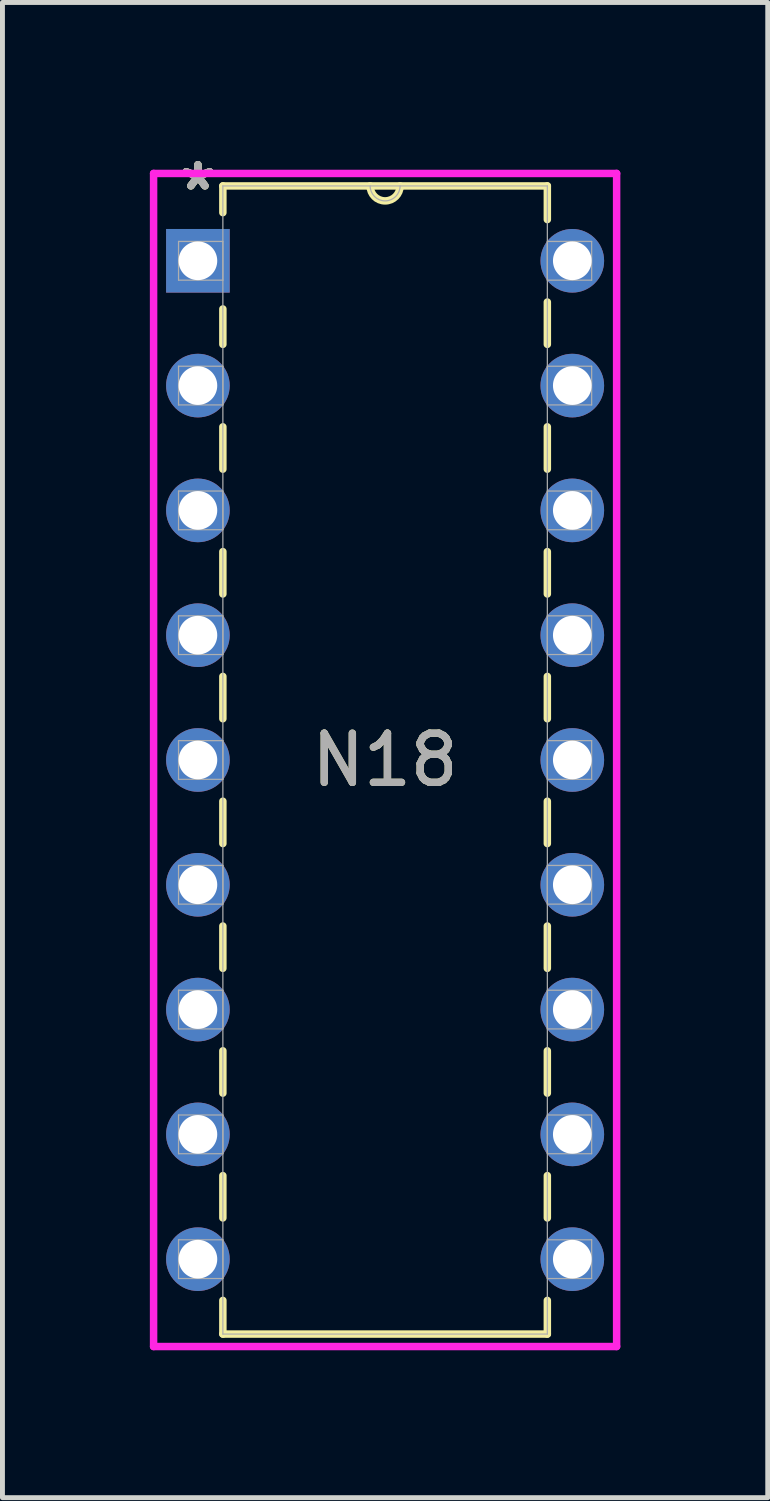
<source format=kicad_pcb>
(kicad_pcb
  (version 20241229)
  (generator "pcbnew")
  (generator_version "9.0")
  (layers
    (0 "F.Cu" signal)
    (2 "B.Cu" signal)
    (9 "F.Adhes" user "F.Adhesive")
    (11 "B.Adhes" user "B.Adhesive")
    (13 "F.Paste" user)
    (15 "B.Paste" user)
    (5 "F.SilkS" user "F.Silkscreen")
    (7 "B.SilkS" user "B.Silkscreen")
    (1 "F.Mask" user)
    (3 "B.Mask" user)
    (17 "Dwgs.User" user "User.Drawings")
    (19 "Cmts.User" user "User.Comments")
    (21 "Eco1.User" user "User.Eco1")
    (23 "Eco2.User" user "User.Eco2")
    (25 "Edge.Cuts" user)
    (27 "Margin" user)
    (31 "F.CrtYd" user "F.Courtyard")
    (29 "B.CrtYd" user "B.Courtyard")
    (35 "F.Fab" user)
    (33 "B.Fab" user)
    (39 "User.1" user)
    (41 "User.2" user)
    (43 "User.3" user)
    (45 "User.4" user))
  (footprint "N18"
    (layer "F.Cu")
    (at 8.598 22.578)
    (property "Reference" "N18" (at -3.81 -10.16 0) (unlocked yes) (layer "F.SilkS") (effects (font (size 1 1) (thickness 0.15))))
    (attr through_hole)
    (fp_line (start -7.112 -21.844) (end -7.112 -21.3) (stroke (width 0.152) (type solid)) (layer "F.SilkS"))
    (fp_line (start -7.112 -19.34) (end -7.112 -18.619) (stroke (width 0.152) (type solid)) (layer "F.SilkS"))
    (fp_line (start -7.112 -16.941) (end -7.112 -16.079) (stroke (width 0.152) (type solid)) (layer "F.SilkS"))
    (fp_line (start -7.112 -14.401) (end -7.112 -13.539) (stroke (width 0.152) (type solid)) (layer "F.SilkS"))
    (fp_line (start -7.112 -11.861) (end -7.112 -10.999) (stroke (width 0.152) (type solid)) (layer "F.SilkS"))
    (fp_line (start -7.112 -9.321) (end -7.112 -8.459) (stroke (width 0.152) (type solid)) (layer "F.SilkS"))
    (fp_line (start -7.112 -6.781) (end -7.112 -5.919) (stroke (width 0.152) (type solid)) (layer "F.SilkS"))
    (fp_line (start -7.112 -4.241) (end -7.112 -3.379) (stroke (width 0.152) (type solid)) (layer "F.SilkS"))
    (fp_line (start -7.112 -1.701) (end -7.112 -0.839) (stroke (width 0.152) (type solid)) (layer "F.SilkS"))
    (fp_line (start -7.112 0.839) (end -7.112 1.524) (stroke (width 0.152) (type solid)) (layer "F.SilkS"))
    (fp_line (start -7.112 1.524) (end -0.508 1.524) (stroke (width 0.152) (type solid)) (layer "F.SilkS"))
    (fp_line (start -0.508 -21.844) (end -7.112 -21.844) (stroke (width 0.152) (type solid)) (layer "F.SilkS"))
    (fp_line (start -0.508 -21.159) (end -0.508 -21.844) (stroke (width 0.152) (type solid)) (layer "F.SilkS"))
    (fp_line (start -0.508 -18.619) (end -0.508 -19.481) (stroke (width 0.152) (type solid)) (layer "F.SilkS"))
    (fp_line (start -0.508 -16.079) (end -0.508 -16.941) (stroke (width 0.152) (type solid)) (layer "F.SilkS"))
    (fp_line (start -0.508 -13.539) (end -0.508 -14.401) (stroke (width 0.152) (type solid)) (layer "F.SilkS"))
    (fp_line (start -0.508 -10.999) (end -0.508 -11.861) (stroke (width 0.152) (type solid)) (layer "F.SilkS"))
    (fp_line (start -0.508 -8.459) (end -0.508 -9.321) (stroke (width 0.152) (type solid)) (layer "F.SilkS"))
    (fp_line (start -0.508 -5.919) (end -0.508 -6.781) (stroke (width 0.152) (type solid)) (layer "F.SilkS"))
    (fp_line (start -0.508 -3.379) (end -0.508 -4.241) (stroke (width 0.152) (type solid)) (layer "F.SilkS"))
    (fp_line (start -0.508 -0.839) (end -0.508 -1.701) (stroke (width 0.152) (type solid)) (layer "F.SilkS"))
    (fp_line (start -0.508 1.524) (end -0.508 0.839) (stroke (width 0.152) (type solid)) (layer "F.SilkS"))
    (fp_arc (start -3.5052 -21.844) (mid -3.81 -21.5392) (end -4.1148 -21.844) (stroke (width 0.1524) (type solid)) (layer "F.SilkS"))
    (fp_line (start -8.522 -22.098) (end -8.522 1.778) (stroke (width 0.152) (type solid)) (layer "F.CrtYd"))
    (fp_line (start -8.522 1.778) (end 0.902 1.778) (stroke (width 0.152) (type solid)) (layer "F.CrtYd"))
    (fp_line (start 0.902 -22.098) (end -8.522 -22.098) (stroke (width 0.152) (type solid)) (layer "F.CrtYd"))
    (fp_line (start 0.902 1.778) (end 0.902 -22.098) (stroke (width 0.152) (type solid)) (layer "F.CrtYd"))
    (fp_line (start -8.014 -20.714) (end -8.014 -19.926) (stroke (width 0.025) (type solid)) (layer "F.Fab"))
    (fp_line (start -8.014 -19.926) (end -7.112 -19.926) (stroke (width 0.025) (type solid)) (layer "F.Fab"))
    (fp_line (start -8.014 -18.174) (end -8.014 -17.386) (stroke (width 0.025) (type solid)) (layer "F.Fab"))
    (fp_line (start -8.014 -17.386) (end -7.112 -17.386) (stroke (width 0.025) (type solid)) (layer "F.Fab"))
    (fp_line (start -8.014 -15.634) (end -8.014 -14.846) (stroke (width 0.025) (type solid)) (layer "F.Fab"))
    (fp_line (start -8.014 -14.846) (end -7.112 -14.846) (stroke (width 0.025) (type solid)) (layer "F.Fab"))
    (fp_line (start -8.014 -13.094) (end -8.014 -12.306) (stroke (width 0.025) (type solid)) (layer "F.Fab"))
    (fp_line (start -8.014 -12.306) (end -7.112 -12.306) (stroke (width 0.025) (type solid)) (layer "F.Fab"))
    (fp_line (start -8.014 -10.554) (end -8.014 -9.766) (stroke (width 0.025) (type solid)) (layer "F.Fab"))
    (fp_line (start -8.014 -9.766) (end -7.112 -9.766) (stroke (width 0.025) (type solid)) (layer "F.Fab"))
    (fp_line (start -8.014 -8.014) (end -8.014 -7.226) (stroke (width 0.025) (type solid)) (layer "F.Fab"))
    (fp_line (start -8.014 -7.226) (end -7.112 -7.226) (stroke (width 0.025) (type solid)) (layer "F.Fab"))
    (fp_line (start -8.014 -5.474) (end -8.014 -4.686) (stroke (width 0.025) (type solid)) (layer "F.Fab"))
    (fp_line (start -8.014 -4.686) (end -7.112 -4.686) (stroke (width 0.025) (type solid)) (layer "F.Fab"))
    (fp_line (start -8.014 -2.934) (end -8.014 -2.146) (stroke (width 0.025) (type solid)) (layer "F.Fab"))
    (fp_line (start -8.014 -2.146) (end -7.112 -2.146) (stroke (width 0.025) (type solid)) (layer "F.Fab"))
    (fp_line (start -8.014 -0.394) (end -8.014 0.394) (stroke (width 0.025) (type solid)) (layer "F.Fab"))
    (fp_line (start -8.014 0.394) (end -7.112 0.394) (stroke (width 0.025) (type solid)) (layer "F.Fab"))
    (fp_line (start -7.112 -21.844) (end -7.112 1.524) (stroke (width 0.025) (type solid)) (layer "F.Fab"))
    (fp_line (start -7.112 -20.714) (end -8.014 -20.714) (stroke (width 0.025) (type solid)) (layer "F.Fab"))
    (fp_line (start -7.112 -19.926) (end -7.112 -20.714) (stroke (width 0.025) (type solid)) (layer "F.Fab"))
    (fp_line (start -7.112 -18.174) (end -8.014 -18.174) (stroke (width 0.025) (type solid)) (layer "F.Fab"))
    (fp_line (start -7.112 -17.386) (end -7.112 -18.174) (stroke (width 0.025) (type solid)) (layer "F.Fab"))
    (fp_line (start -7.112 -15.634) (end -8.014 -15.634) (stroke (width 0.025) (type solid)) (layer "F.Fab"))
    (fp_line (start -7.112 -14.846) (end -7.112 -15.634) (stroke (width 0.025) (type solid)) (layer "F.Fab"))
    (fp_line (start -7.112 -13.094) (end -8.014 -13.094) (stroke (width 0.025) (type solid)) (layer "F.Fab"))
    (fp_line (start -7.112 -12.306) (end -7.112 -13.094) (stroke (width 0.025) (type solid)) (layer "F.Fab"))
    (fp_line (start -7.112 -10.554) (end -8.014 -10.554) (stroke (width 0.025) (type solid)) (layer "F.Fab"))
    (fp_line (start -7.112 -9.766) (end -7.112 -10.554) (stroke (width 0.025) (type solid)) (layer "F.Fab"))
    (fp_line (start -7.112 -8.014) (end -8.014 -8.014) (stroke (width 0.025) (type solid)) (layer "F.Fab"))
    (fp_line (start -7.112 -7.226) (end -7.112 -8.014) (stroke (width 0.025) (type solid)) (layer "F.Fab"))
    (fp_line (start -7.112 -5.474) (end -8.014 -5.474) (stroke (width 0.025) (type solid)) (layer "F.Fab"))
    (fp_line (start -7.112 -4.686) (end -7.112 -5.474) (stroke (width 0.025) (type solid)) (layer "F.Fab"))
    (fp_line (start -7.112 -2.934) (end -8.014 -2.934) (stroke (width 0.025) (type solid)) (layer "F.Fab"))
    (fp_line (start -7.112 -2.146) (end -7.112 -2.934) (stroke (width 0.025) (type solid)) (layer "F.Fab"))
    (fp_line (start -7.112 -0.394) (end -8.014 -0.394) (stroke (width 0.025) (type solid)) (layer "F.Fab"))
    (fp_line (start -7.112 0.394) (end -7.112 -0.394) (stroke (width 0.025) (type solid)) (layer "F.Fab"))
    (fp_line (start -7.112 1.524) (end -0.508 1.524) (stroke (width 0.025) (type solid)) (layer "F.Fab"))
    (fp_line (start -0.508 -21.844) (end -7.112 -21.844) (stroke (width 0.025) (type solid)) (layer "F.Fab"))
    (fp_line (start -0.508 -20.714) (end -0.508 -19.926) (stroke (width 0.025) (type solid)) (layer "F.Fab"))
    (fp_line (start -0.508 -19.926) (end 0.394 -19.926) (stroke (width 0.025) (type solid)) (layer "F.Fab"))
    (fp_line (start -0.508 -18.174) (end -0.508 -17.386) (stroke (width 0.025) (type solid)) (layer "F.Fab"))
    (fp_line (start -0.508 -17.386) (end 0.394 -17.386) (stroke (width 0.025) (type solid)) (layer "F.Fab"))
    (fp_line (start -0.508 -15.634) (end -0.508 -14.846) (stroke (width 0.025) (type solid)) (layer "F.Fab"))
    (fp_line (start -0.508 -14.846) (end 0.394 -14.846) (stroke (width 0.025) (type solid)) (layer "F.Fab"))
    (fp_line (start -0.508 -13.094) (end -0.508 -12.306) (stroke (width 0.025) (type solid)) (layer "F.Fab"))
    (fp_line (start -0.508 -12.306) (end 0.394 -12.306) (stroke (width 0.025) (type solid)) (layer "F.Fab"))
    (fp_line (start -0.508 -10.554) (end -0.508 -9.766) (stroke (width 0.025) (type solid)) (layer "F.Fab"))
    (fp_line (start -0.508 -9.766) (end 0.394 -9.766) (stroke (width 0.025) (type solid)) (layer "F.Fab"))
    (fp_line (start -0.508 -8.014) (end -0.508 -7.226) (stroke (width 0.025) (type solid)) (layer "F.Fab"))
    (fp_line (start -0.508 -7.226) (end 0.394 -7.226) (stroke (width 0.025) (type solid)) (layer "F.Fab"))
    (fp_line (start -0.508 -5.474) (end -0.508 -4.686) (stroke (width 0.025) (type solid)) (layer "F.Fab"))
    (fp_line (start -0.508 -4.686) (end 0.394 -4.686) (stroke (width 0.025) (type solid)) (layer "F.Fab"))
    (fp_line (start -0.508 -2.934) (end -0.508 -2.146) (stroke (width 0.025) (type solid)) (layer "F.Fab"))
    (fp_line (start -0.508 -2.146) (end 0.394 -2.146) (stroke (width 0.025) (type solid)) (layer "F.Fab"))
    (fp_line (start -0.508 -0.394) (end -0.508 0.394) (stroke (width 0.025) (type solid)) (layer "F.Fab"))
    (fp_line (start -0.508 0.394) (end 0.394 0.394) (stroke (width 0.025) (type solid)) (layer "F.Fab"))
    (fp_line (start -0.508 1.524) (end -0.508 -21.844) (stroke (width 0.025) (type solid)) (layer "F.Fab"))
    (fp_line (start 0.394 -20.714) (end -0.508 -20.714) (stroke (width 0.025) (type solid)) (layer "F.Fab"))
    (fp_line (start 0.394 -19.926) (end 0.394 -20.714) (stroke (width 0.025) (type solid)) (layer "F.Fab"))
    (fp_line (start 0.394 -18.174) (end -0.508 -18.174) (stroke (width 0.025) (type solid)) (layer "F.Fab"))
    (fp_line (start 0.394 -17.386) (end 0.394 -18.174) (stroke (width 0.025) (type solid)) (layer "F.Fab"))
    (fp_line (start 0.394 -15.634) (end -0.508 -15.634) (stroke (width 0.025) (type solid)) (layer "F.Fab"))
    (fp_line (start 0.394 -14.846) (end 0.394 -15.634) (stroke (width 0.025) (type solid)) (layer "F.Fab"))
    (fp_line (start 0.394 -13.094) (end -0.508 -13.094) (stroke (width 0.025) (type solid)) (layer "F.Fab"))
    (fp_line (start 0.394 -12.306) (end 0.394 -13.094) (stroke (width 0.025) (type solid)) (layer "F.Fab"))
    (fp_line (start 0.394 -10.554) (end -0.508 -10.554) (stroke (width 0.025) (type solid)) (layer "F.Fab"))
    (fp_line (start 0.394 -9.766) (end 0.394 -10.554) (stroke (width 0.025) (type solid)) (layer "F.Fab"))
    (fp_line (start 0.394 -8.014) (end -0.508 -8.014) (stroke (width 0.025) (type solid)) (layer "F.Fab"))
    (fp_line (start 0.394 -7.226) (end 0.394 -8.014) (stroke (width 0.025) (type solid)) (layer "F.Fab"))
    (fp_line (start 0.394 -5.474) (end -0.508 -5.474) (stroke (width 0.025) (type solid)) (layer "F.Fab"))
    (fp_line (start 0.394 -4.686) (end 0.394 -5.474) (stroke (width 0.025) (type solid)) (layer "F.Fab"))
    (fp_line (start 0.394 -2.934) (end -0.508 -2.934) (stroke (width 0.025) (type solid)) (layer "F.Fab"))
    (fp_line (start 0.394 -2.146) (end 0.394 -2.934) (stroke (width 0.025) (type solid)) (layer "F.Fab"))
    (fp_line (start 0.394 -0.394) (end -0.508 -0.394) (stroke (width 0.025) (type solid)) (layer "F.Fab"))
    (fp_line (start 0.394 0.394) (end 0.394 -0.394) (stroke (width 0.025) (type solid)) (layer "F.Fab"))
    (fp_arc (start -3.5052 -21.844) (mid -3.81 -21.5392) (end -4.1148 -21.844) (stroke (width 0.0254) (type solid)) (layer "F.Fab"))
    (fp_text user "*" (at -7.62 -21.73 0) (layer "F.SilkS") (effects (font (size 1 1) (thickness 0.15))))
    (fp_text user "*" (at -7.62 -21.73 0) (unlocked yes) (layer "F.SilkS") (effects (font (size 1 1) (thickness 0.15))))
    (fp_text user "*" (at -7.62 -21.73 0) (layer "F.Fab") (effects (font (size 1 1) (thickness 0.15))))
    (fp_text user "*" (at -7.62 -21.73 0) (unlocked yes) (layer "F.Fab") (effects (font (size 1 1) (thickness 0.15))))
    (fp_text user "${REFERENCE}" (at -3.81 -10.16 0) (unlocked yes) (layer "F.Fab") (effects (font (size 1 1) (thickness 0.15))))
    (pad "1" thru_hole rect (at -7.62 -20.32) (size 1.295 1.295) (drill 0.787) (layers "*.Cu" "*.Mask"))
    (pad "2" thru_hole circle (at -7.62 -17.78) (size 1.295 1.295) (drill 0.787) (layers "*.Cu" "*.Mask"))
    (pad "3" thru_hole circle (at -7.62 -15.24) (size 1.295 1.295) (drill 0.787) (layers "*.Cu" "*.Mask"))
    (pad "4" thru_hole circle (at -7.62 -12.7) (size 1.295 1.295) (drill 0.787) (layers "*.Cu" "*.Mask"))
    (pad "5" thru_hole circle (at -7.62 -10.16) (size 1.295 1.295) (drill 0.787) (layers "*.Cu" "*.Mask"))
    (pad "6" thru_hole circle (at -7.62 -7.62) (size 1.295 1.295) (drill 0.787) (layers "*.Cu" "*.Mask"))
    (pad "7" thru_hole circle (at -7.62 -5.08) (size 1.295 1.295) (drill 0.787) (layers "*.Cu" "*.Mask"))
    (pad "8" thru_hole circle (at -7.62 -2.54) (size 1.295 1.295) (drill 0.787) (layers "*.Cu" "*.Mask"))
    (pad "9" thru_hole circle (at -7.62 0) (size 1.295 1.295) (drill 0.787) (layers "*.Cu" "*.Mask"))
    (pad "10" thru_hole circle (at 0 0) (size 1.295 1.295) (drill 0.787) (layers "*.Cu" "*.Mask"))
    (pad "11" thru_hole circle (at 0 -2.54) (size 1.295 1.295) (drill 0.787) (layers "*.Cu" "*.Mask"))
    (pad "12" thru_hole circle (at 0 -5.08) (size 1.295 1.295) (drill 0.787) (layers "*.Cu" "*.Mask"))
    (pad "13" thru_hole circle (at 0 -7.62) (size 1.295 1.295) (drill 0.787) (layers "*.Cu" "*.Mask"))
    (pad "14" thru_hole circle (at 0 -10.16) (size 1.295 1.295) (drill 0.787) (layers "*.Cu" "*.Mask"))
    (pad "15" thru_hole circle (at 0 -12.7) (size 1.295 1.295) (drill 0.787) (layers "*.Cu" "*.Mask"))
    (pad "16" thru_hole circle (at 0 -15.24) (size 1.295 1.295) (drill 0.787) (layers "*.Cu" "*.Mask"))
    (pad "17" thru_hole circle (at 0 -17.78) (size 1.295 1.295) (drill 0.787) (layers "*.Cu" "*.Mask"))
    (pad "18" thru_hole circle (at 0 -20.32) (size 1.295 1.295) (drill 0.787) (layers "*.Cu" "*.Mask")))
  (gr_rect
    (start -3 -3)
    (end 12.576 27.432)
    (stroke (width 0.1) (type default))
    (fill no)
    (layer "Edge.Cuts")))
</source>
